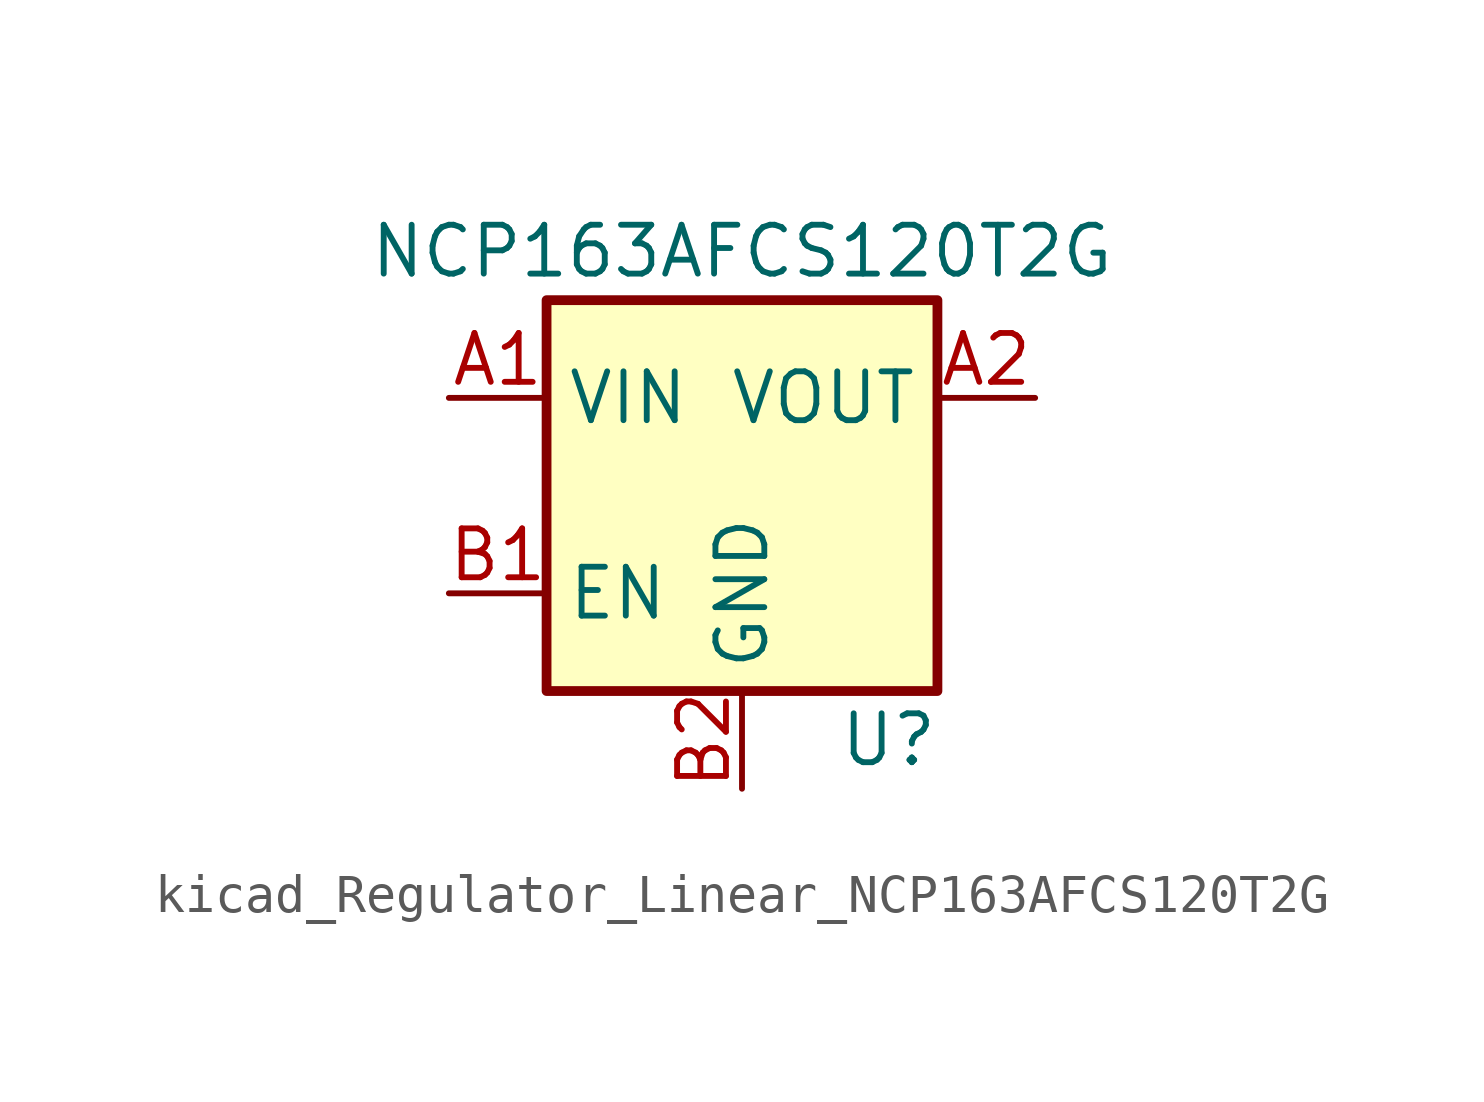
<source format=kicad_sym>
(kicad_symbol_lib
  (version 20220914)
  (generator kicad_symbol_editor)
  (symbol "kicad_Regulator_Linear_NCP163AFCS120T2G"
    (property "Reference" "U"
      (at 3.81 -6.35 0)
      (effects (font (size 1.27 1.27))))
    (property "Value" "NCP163AFCS120T2G"
      (at 0 6.35 0)
      (effects (font (size 1.27 1.27))))
    (symbol "kicad_Regulator_Linear_NCP163AFCS120T2G_0_1"
      (rectangle (start -5.08 5.08) (end 5.08 -5.08) (stroke (width 0.254) (type default)) (fill (type background))))
    (symbol "kicad_Regulator_Linear_NCP163AFCS120T2G_1_1"
      (pin power_in line (at -7.62 2.54 0) (length 2.54) (name "VIN" (effects (font (size 1.27 1.27)))) (number "A1" (effects (font (size 1.27 1.27)))))
      (pin power_out line (at 7.62 2.54 180) (length 2.54) (name "VOUT" (effects (font (size 1.27 1.27)))) (number "A2" (effects (font (size 1.27 1.27)))))
      (pin input line (at -7.62 -2.54 0) (length 2.54) (name "EN" (effects (font (size 1.27 1.27)))) (number "B1" (effects (font (size 1.27 1.27)))))
      (pin power_in line (at 0 -7.62 90) (length 2.54) (name "GND" (effects (font (size 1.27 1.27)))) (number "B2" (effects (font (size 1.27 1.27))))))))
</source>
